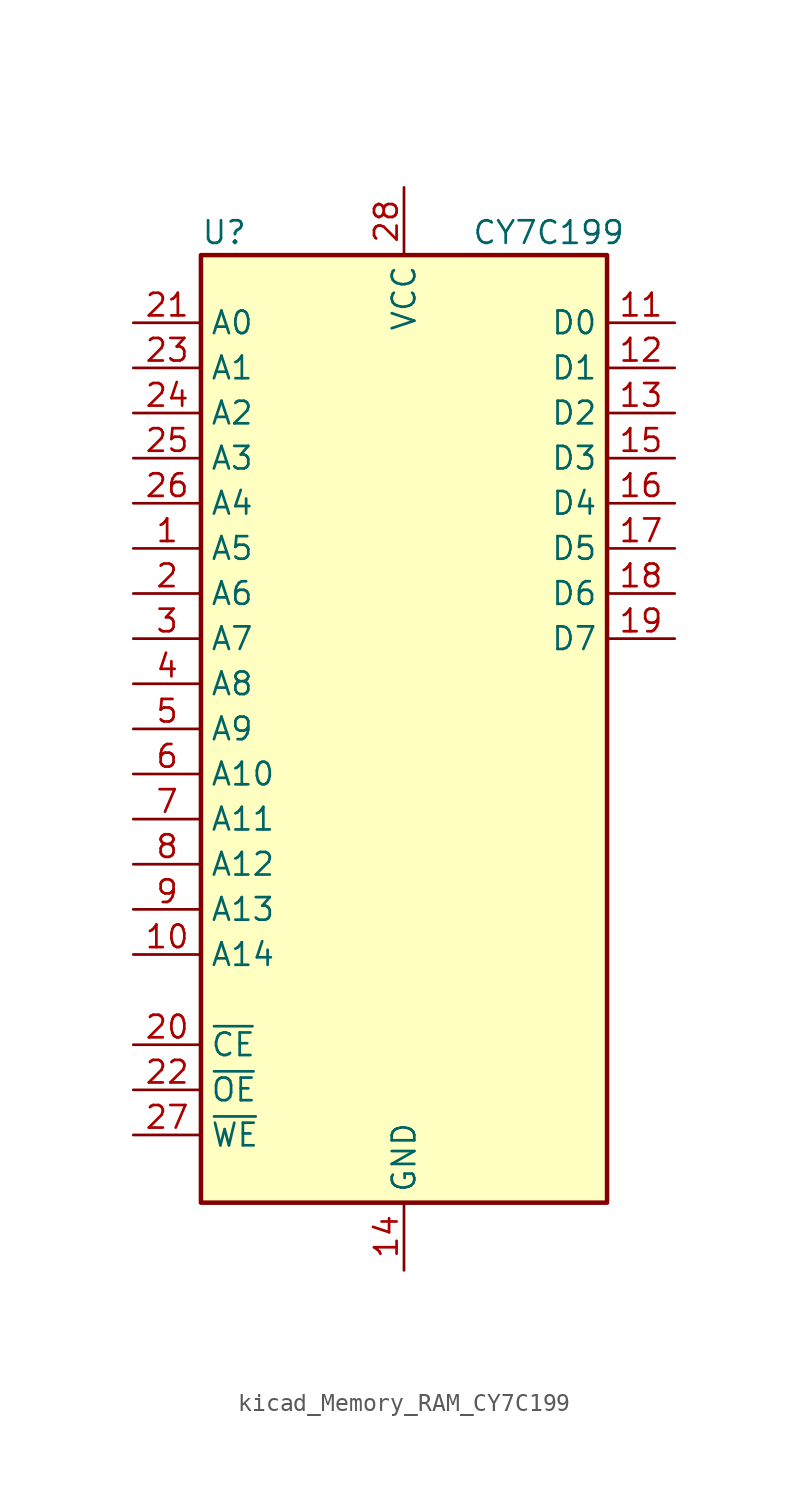
<source format=kicad_sym>
(kicad_symbol_lib
  (version 20220914)
  (generator kicad_symbol_editor)
  (symbol "kicad_Memory_RAM_CY7C199"
    (property "Reference" "U"
      (at -11.43 27.94 0)
      (effects (font (size 1.27 1.27)) (justify left)))
    (property "Value" "CY7C199"
      (at 3.81 27.94 0)
      (effects (font (size 1.27 1.27)) (justify left)))
    (symbol "kicad_Memory_RAM_CY7C199_0_0"
      (pin power_in line (at 0 -30.48 90) (length 3.81) (name "GND" (effects (font (size 1.27 1.27)))) (number "14" (effects (font (size 1.27 1.27)))))
      (pin power_in line (at 0 30.48 270) (length 3.81) (name "VCC" (effects (font (size 1.27 1.27)))) (number "28" (effects (font (size 1.27 1.27))))))
    (symbol "kicad_Memory_RAM_CY7C199_0_1"
      (rectangle (start -11.43 26.67) (end 11.43 -26.67) (stroke (width 0.254) (type default)) (fill (type background))))
    (symbol "kicad_Memory_RAM_CY7C199_1_1"
      (pin input line (at -15.24 10.16 0) (length 3.81) (name "A5" (effects (font (size 1.27 1.27)))) (number "1" (effects (font (size 1.27 1.27)))))
      (pin input line (at -15.24 -12.7 0) (length 3.81) (name "A14" (effects (font (size 1.27 1.27)))) (number "10" (effects (font (size 1.27 1.27)))))
      (pin tri_state line (at 15.24 22.86 180) (length 3.81) (name "D0" (effects (font (size 1.27 1.27)))) (number "11" (effects (font (size 1.27 1.27)))))
      (pin tri_state line (at 15.24 20.32 180) (length 3.81) (name "D1" (effects (font (size 1.27 1.27)))) (number "12" (effects (font (size 1.27 1.27)))))
      (pin tri_state line (at 15.24 17.78 180) (length 3.81) (name "D2" (effects (font (size 1.27 1.27)))) (number "13" (effects (font (size 1.27 1.27)))))
      (pin tri_state line (at 15.24 15.24 180) (length 3.81) (name "D3" (effects (font (size 1.27 1.27)))) (number "15" (effects (font (size 1.27 1.27)))))
      (pin tri_state line (at 15.24 12.7 180) (length 3.81) (name "D4" (effects (font (size 1.27 1.27)))) (number "16" (effects (font (size 1.27 1.27)))))
      (pin tri_state line (at 15.24 10.16 180) (length 3.81) (name "D5" (effects (font (size 1.27 1.27)))) (number "17" (effects (font (size 1.27 1.27)))))
      (pin tri_state line (at 15.24 7.62 180) (length 3.81) (name "D6" (effects (font (size 1.27 1.27)))) (number "18" (effects (font (size 1.27 1.27)))))
      (pin tri_state line (at 15.24 5.08 180) (length 3.81) (name "D7" (effects (font (size 1.27 1.27)))) (number "19" (effects (font (size 1.27 1.27)))))
      (pin input line (at -15.24 7.62 0) (length 3.81) (name "A6" (effects (font (size 1.27 1.27)))) (number "2" (effects (font (size 1.27 1.27)))))
      (pin input line (at -15.24 -17.78 0) (length 3.81) (name "~{CE}" (effects (font (size 1.27 1.27)))) (number "20" (effects (font (size 1.27 1.27)))))
      (pin input line (at -15.24 22.86 0) (length 3.81) (name "A0" (effects (font (size 1.27 1.27)))) (number "21" (effects (font (size 1.27 1.27)))))
      (pin input line (at -15.24 -20.32 0) (length 3.81) (name "~{OE}" (effects (font (size 1.27 1.27)))) (number "22" (effects (font (size 1.27 1.27)))))
      (pin input line (at -15.24 20.32 0) (length 3.81) (name "A1" (effects (font (size 1.27 1.27)))) (number "23" (effects (font (size 1.27 1.27)))))
      (pin input line (at -15.24 17.78 0) (length 3.81) (name "A2" (effects (font (size 1.27 1.27)))) (number "24" (effects (font (size 1.27 1.27)))))
      (pin input line (at -15.24 15.24 0) (length 3.81) (name "A3" (effects (font (size 1.27 1.27)))) (number "25" (effects (font (size 1.27 1.27)))))
      (pin input line (at -15.24 12.7 0) (length 3.81) (name "A4" (effects (font (size 1.27 1.27)))) (number "26" (effects (font (size 1.27 1.27)))))
      (pin input line (at -15.24 -22.86 0) (length 3.81) (name "~{WE}" (effects (font (size 1.27 1.27)))) (number "27" (effects (font (size 1.27 1.27)))))
      (pin input line (at -15.24 5.08 0) (length 3.81) (name "A7" (effects (font (size 1.27 1.27)))) (number "3" (effects (font (size 1.27 1.27)))))
      (pin input line (at -15.24 2.54 0) (length 3.81) (name "A8" (effects (font (size 1.27 1.27)))) (number "4" (effects (font (size 1.27 1.27)))))
      (pin input line (at -15.24 0 0) (length 3.81) (name "A9" (effects (font (size 1.27 1.27)))) (number "5" (effects (font (size 1.27 1.27)))))
      (pin input line (at -15.24 -2.54 0) (length 3.81) (name "A10" (effects (font (size 1.27 1.27)))) (number "6" (effects (font (size 1.27 1.27)))))
      (pin input line (at -15.24 -5.08 0) (length 3.81) (name "A11" (effects (font (size 1.27 1.27)))) (number "7" (effects (font (size 1.27 1.27)))))
      (pin input line (at -15.24 -7.62 0) (length 3.81) (name "A12" (effects (font (size 1.27 1.27)))) (number "8" (effects (font (size 1.27 1.27)))))
      (pin input line (at -15.24 -10.16 0) (length 3.81) (name "A13" (effects (font (size 1.27 1.27)))) (number "9" (effects (font (size 1.27 1.27))))))))
</source>
